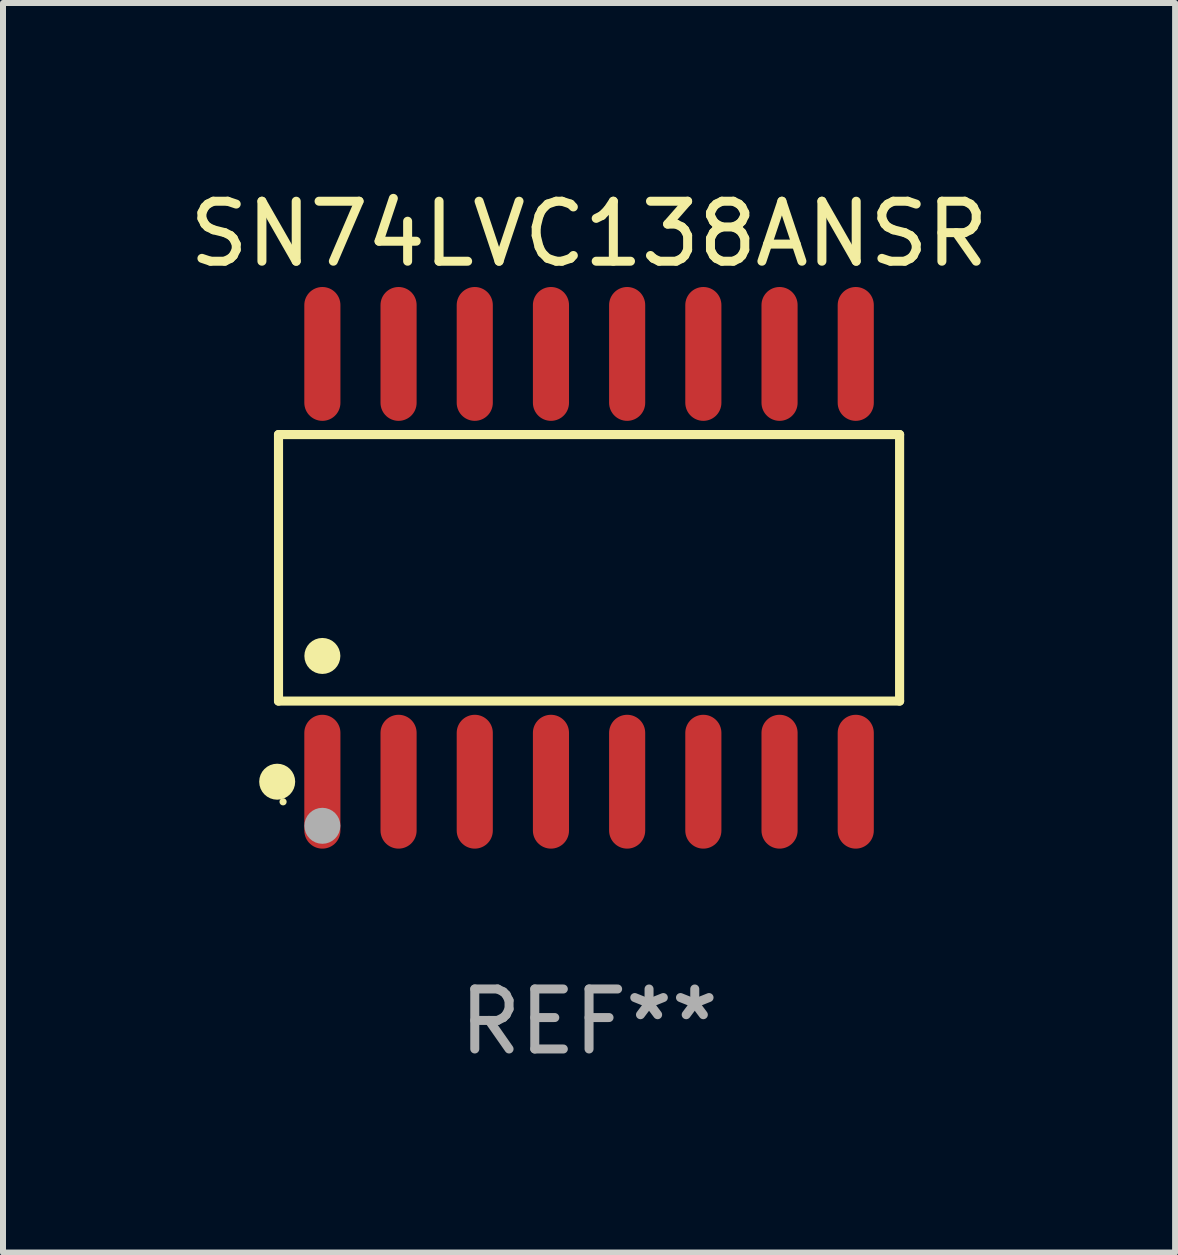
<source format=kicad_pcb>
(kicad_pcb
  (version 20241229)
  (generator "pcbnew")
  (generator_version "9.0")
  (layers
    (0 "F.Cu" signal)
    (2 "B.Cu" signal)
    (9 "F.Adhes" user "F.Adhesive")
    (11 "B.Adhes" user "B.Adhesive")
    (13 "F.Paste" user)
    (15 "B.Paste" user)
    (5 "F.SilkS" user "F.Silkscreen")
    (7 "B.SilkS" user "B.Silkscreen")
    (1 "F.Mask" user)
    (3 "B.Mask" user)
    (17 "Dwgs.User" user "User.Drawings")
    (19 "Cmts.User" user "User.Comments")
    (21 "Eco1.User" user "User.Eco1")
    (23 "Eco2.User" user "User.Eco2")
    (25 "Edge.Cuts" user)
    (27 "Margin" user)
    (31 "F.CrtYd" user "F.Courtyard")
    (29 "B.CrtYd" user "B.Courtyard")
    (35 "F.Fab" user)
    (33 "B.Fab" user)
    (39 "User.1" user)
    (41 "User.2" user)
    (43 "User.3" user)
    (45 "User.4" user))
  (footprint "SN74LVC138ANSR"
    (layer "F.Cu")
    (at 6.768 6.414)
    (property "Reference" "SN74LVC138ANSR" (at 0 -5.565 0) (layer "F.SilkS") (effects (font (size 1 1) (thickness 0.15))))
    (attr through_hole)
    (fp_line (start -5.176 -2.221) (end 5.176 -2.221) (stroke (width 0.152) (type solid)) (layer "F.SilkS"))
    (fp_line (start -5.176 2.221) (end -5.176 -2.221) (stroke (width 0.152) (type solid)) (layer "F.SilkS"))
    (fp_line (start 5.176 -2.221) (end 5.176 2.221) (stroke (width 0.152) (type solid)) (layer "F.SilkS"))
    (fp_line (start 5.176 2.221) (end -5.176 2.221) (stroke (width 0.152) (type solid)) (layer "F.SilkS"))
    (fp_circle (center -5.198 3.565) (end -5.048 3.565) (stroke (width 0.3) (type solid)) (fill no) (layer "F.SilkS"))
    (fp_circle (center -5.1 3.9) (end -5.07 3.9) (stroke (width 0.06) (type solid)) (fill no) (layer "F.SilkS"))
    (fp_circle (center -4.445 1.469) (end -4.295 1.469) (stroke (width 0.3) (type solid)) (fill no) (layer "F.SilkS"))
    (fp_circle (center -4.445 4.3) (end -4.295 4.3) (stroke (width 0.3) (type solid)) (fill no) (layer "F.Fab"))
    (fp_text user "REF**" (at 0 7.565 0) (layer "F.Fab") (effects (font (size 1 1) (thickness 0.15))))
    (pad "1" smd oval (at -4.445 3.565) (size 0.602 2.231) (layers "F.Cu" "F.Mask" "F.Paste"))
    (pad "2" smd oval (at -3.175 3.565) (size 0.602 2.231) (layers "F.Cu" "F.Mask" "F.Paste"))
    (pad "3" smd oval (at -1.905 3.565) (size 0.602 2.231) (layers "F.Cu" "F.Mask" "F.Paste"))
    (pad "4" smd oval (at -0.635 3.565) (size 0.602 2.231) (layers "F.Cu" "F.Mask" "F.Paste"))
    (pad "5" smd oval (at 0.635 3.565) (size 0.602 2.231) (layers "F.Cu" "F.Mask" "F.Paste"))
    (pad "6" smd oval (at 1.905 3.565) (size 0.602 2.231) (layers "F.Cu" "F.Mask" "F.Paste"))
    (pad "7" smd oval (at 3.175 3.565) (size 0.602 2.231) (layers "F.Cu" "F.Mask" "F.Paste"))
    (pad "8" smd oval (at 4.445 3.565) (size 0.602 2.231) (layers "F.Cu" "F.Mask" "F.Paste"))
    (pad "9" smd oval (at 4.445 -3.565) (size 0.602 2.231) (layers "F.Cu" "F.Mask" "F.Paste"))
    (pad "10" smd oval (at 3.175 -3.565) (size 0.602 2.231) (layers "F.Cu" "F.Mask" "F.Paste"))
    (pad "11" smd oval (at 1.905 -3.565) (size 0.602 2.231) (layers "F.Cu" "F.Mask" "F.Paste"))
    (pad "12" smd oval (at 0.635 -3.565) (size 0.602 2.231) (layers "F.Cu" "F.Mask" "F.Paste"))
    (pad "13" smd oval (at -0.635 -3.565) (size 0.602 2.231) (layers "F.Cu" "F.Mask" "F.Paste"))
    (pad "14" smd oval (at -1.905 -3.565) (size 0.602 2.231) (layers "F.Cu" "F.Mask" "F.Paste"))
    (pad "15" smd oval (at -3.175 -3.565) (size 0.602 2.231) (layers "F.Cu" "F.Mask" "F.Paste"))
    (pad "16" smd oval (at -4.445 -3.565) (size 0.602 2.231) (layers "F.Cu" "F.Mask" "F.Paste")))
  (gr_rect
    (start -3 -3)
    (end 16.536 17.827)
    (stroke (width 0.1) (type default))
    (fill no)
    (layer "Edge.Cuts")))
</source>
